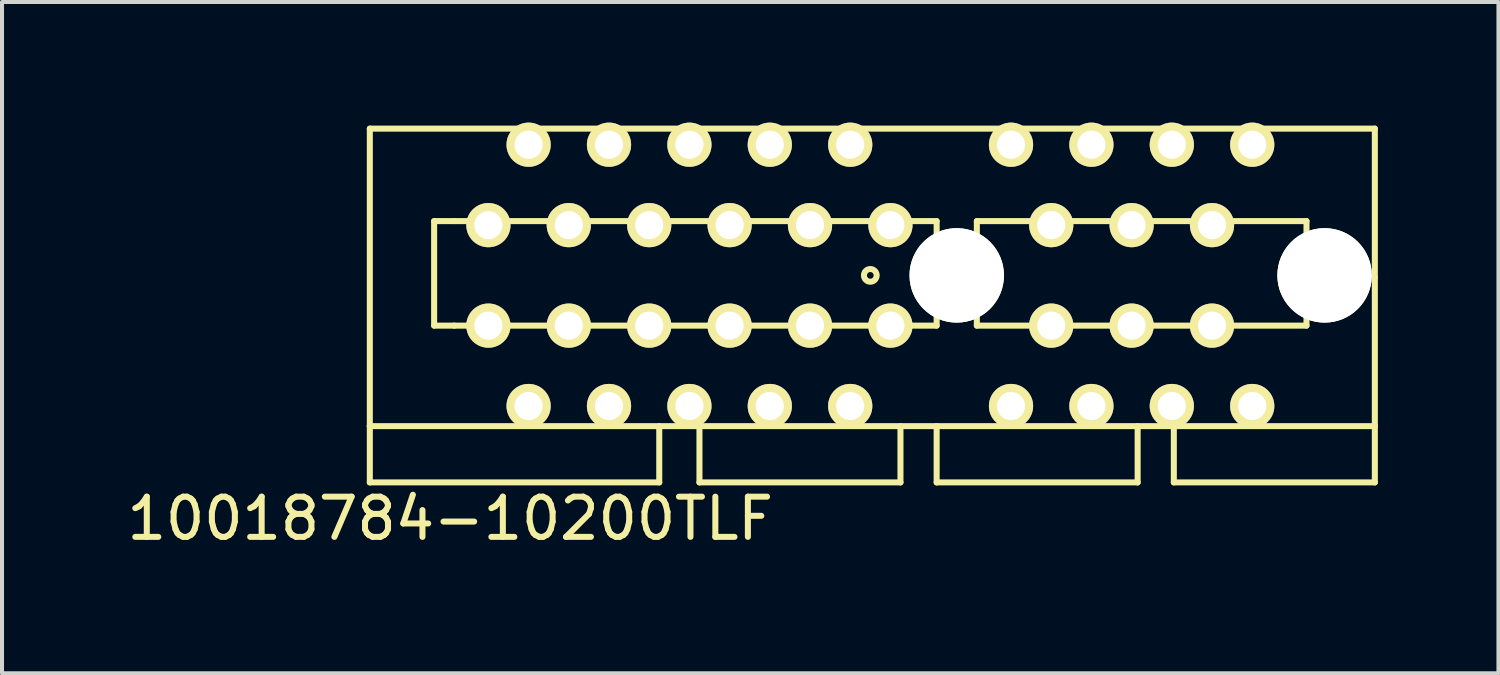
<source format=kicad_pcb>
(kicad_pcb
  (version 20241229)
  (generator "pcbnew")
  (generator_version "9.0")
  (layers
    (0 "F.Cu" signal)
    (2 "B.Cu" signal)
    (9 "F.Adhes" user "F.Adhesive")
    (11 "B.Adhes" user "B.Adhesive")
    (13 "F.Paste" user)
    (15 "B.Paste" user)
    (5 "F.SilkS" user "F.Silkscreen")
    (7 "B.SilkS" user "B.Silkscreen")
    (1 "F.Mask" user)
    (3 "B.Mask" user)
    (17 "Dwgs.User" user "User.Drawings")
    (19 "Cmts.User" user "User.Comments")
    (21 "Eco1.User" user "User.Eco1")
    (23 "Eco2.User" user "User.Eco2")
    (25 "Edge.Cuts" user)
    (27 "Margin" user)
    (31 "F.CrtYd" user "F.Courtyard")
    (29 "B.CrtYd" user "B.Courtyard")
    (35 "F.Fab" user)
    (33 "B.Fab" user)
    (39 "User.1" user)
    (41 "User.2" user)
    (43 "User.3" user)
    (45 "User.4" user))
  (footprint "10018784-10200TLF"
    (layer "F.Cu")
    (at 18.599 3.8)
    (property "Reference" "10018784-10200TLF" (at -10.45 6.05 0) (layer "F.SilkS") (effects (font (size 1 1) (thickness 0.15))))
    (attr through_hole)
    (fp_line (start -12.45 -3.65) (end -12.45 3.75) (stroke (width 0.15) (type solid)) (layer "F.SilkS"))
    (fp_line (start -12.45 3.75) (end 12.55 3.75) (stroke (width 0.15) (type solid)) (layer "F.SilkS"))
    (fp_line (start -12.45 5.15) (end -12.45 3.75) (stroke (width 0.15) (type solid)) (layer "F.SilkS"))
    (fp_line (start -10.85 -1.35) (end -10.85 1.25) (stroke (width 0.15) (type solid)) (layer "F.SilkS"))
    (fp_line (start -10.85 1.25) (end -10.35 1.25) (stroke (width 0.15) (type solid)) (layer "F.SilkS"))
    (fp_line (start -10.35 -1.35) (end -10.85 -1.35) (stroke (width 0.15) (type solid)) (layer "F.SilkS"))
    (fp_line (start -10.35 -1.35) (end 1.65 -1.35) (stroke (width 0.15) (type solid)) (layer "F.SilkS"))
    (fp_line (start -5.25 3.75) (end -5.25 5.15) (stroke (width 0.15) (type solid)) (layer "F.SilkS"))
    (fp_line (start -5.25 5.15) (end -12.45 5.15) (stroke (width 0.15) (type solid)) (layer "F.SilkS"))
    (fp_line (start -4.25 5.15) (end -4.25 3.75) (stroke (width 0.15) (type solid)) (layer "F.SilkS"))
    (fp_line (start 0.75 3.75) (end 0.75 5.15) (stroke (width 0.15) (type solid)) (layer "F.SilkS"))
    (fp_line (start 0.75 5.15) (end -4.25 5.15) (stroke (width 0.15) (type solid)) (layer "F.SilkS"))
    (fp_line (start 1.65 -1.35) (end 1.65 1.25) (stroke (width 0.15) (type solid)) (layer "F.SilkS"))
    (fp_line (start 1.65 1.25) (end -10.35 1.25) (stroke (width 0.15) (type solid)) (layer "F.SilkS"))
    (fp_line (start 1.65 5.15) (end 1.65 3.75) (stroke (width 0.15) (type solid)) (layer "F.SilkS"))
    (fp_line (start 2.65 -1.35) (end 10.85 -1.35) (stroke (width 0.15) (type solid)) (layer "F.SilkS"))
    (fp_line (start 2.65 1.25) (end 2.65 -1.35) (stroke (width 0.15) (type solid)) (layer "F.SilkS"))
    (fp_line (start 6.65 3.75) (end 6.65 5.15) (stroke (width 0.15) (type solid)) (layer "F.SilkS"))
    (fp_line (start 6.65 5.15) (end 1.65 5.15) (stroke (width 0.15) (type solid)) (layer "F.SilkS"))
    (fp_line (start 7.55 5.15) (end 7.55 3.75) (stroke (width 0.15) (type solid)) (layer "F.SilkS"))
    (fp_line (start 10.85 -1.35) (end 10.85 1.25) (stroke (width 0.15) (type solid)) (layer "F.SilkS"))
    (fp_line (start 10.85 1.25) (end 2.65 1.25) (stroke (width 0.15) (type solid)) (layer "F.SilkS"))
    (fp_line (start 12.55 -3.65) (end -12.45 -3.65) (stroke (width 0.15) (type solid)) (layer "F.SilkS"))
    (fp_line (start 12.55 0.05) (end 12.55 -3.65) (stroke (width 0.15) (type solid)) (layer "F.SilkS"))
    (fp_line (start 12.55 3.75) (end 12.55 0.05) (stroke (width 0.15) (type solid)) (layer "F.SilkS"))
    (fp_line (start 12.55 3.75) (end 12.55 5.15) (stroke (width 0.15) (type solid)) (layer "F.SilkS"))
    (fp_line (start 12.55 5.15) (end 7.55 5.15) (stroke (width 0.15) (type solid)) (layer "F.SilkS"))
    (fp_circle (center 0 0) (end 0.15 0.05) (stroke (width 0.15) (type solid)) (fill no) (layer "F.SilkS"))
    (pad "" np_thru_hole circle (at 2.15 0) (size 2.35 2.35) (drill 2.35) (layers "*.Cu" "*.Mask" "F.SilkS"))
    (pad "" np_thru_hole circle (at 11.3 0) (size 2.35 2.35) (drill 2.35) (layers "*.Cu" "*.Mask" "F.SilkS"))
    (pad "A1" thru_hole circle (at -9.5 -1.25) (size 1.1 1.1) (drill 0.7) (layers "*.Cu" "*.Mask" "F.SilkS"))
    (pad "A2" thru_hole circle (at -8.5 -3.25) (size 1.1 1.1) (drill 0.7) (layers "*.Cu" "*.Mask" "F.SilkS"))
    (pad "A3" thru_hole circle (at -7.5 -1.25) (size 1.1 1.1) (drill 0.7) (layers "*.Cu" "*.Mask" "F.SilkS"))
    (pad "A4" thru_hole circle (at -6.5 -3.25) (size 1.1 1.1) (drill 0.7) (layers "*.Cu" "*.Mask" "F.SilkS"))
    (pad "A5" thru_hole circle (at -5.5 -1.25) (size 1.1 1.1) (drill 0.7) (layers "*.Cu" "*.Mask" "F.SilkS"))
    (pad "A6" thru_hole circle (at -4.5 -3.25) (size 1.1 1.1) (drill 0.7) (layers "*.Cu" "*.Mask" "F.SilkS"))
    (pad "A7" thru_hole circle (at -3.5 -1.25) (size 1.1 1.1) (drill 0.7) (layers "*.Cu" "*.Mask" "F.SilkS"))
    (pad "A8" thru_hole circle (at -2.5 -3.25) (size 1.1 1.1) (drill 0.7) (layers "*.Cu" "*.Mask" "F.SilkS"))
    (pad "A9" thru_hole circle (at -1.5 -1.25) (size 1.1 1.1) (drill 0.7) (layers "*.Cu" "*.Mask" "F.SilkS"))
    (pad "A10" thru_hole circle (at -0.5 -3.25) (size 1.1 1.1) (drill 0.7) (layers "*.Cu" "*.Mask" "F.SilkS"))
    (pad "A11" thru_hole circle (at 0.5 -1.25) (size 1.1 1.1) (drill 0.7) (layers "*.Cu" "*.Mask" "F.SilkS"))
    (pad "A12" thru_hole circle (at 3.5 -3.25) (size 1.1 1.1) (drill 0.7) (layers "*.Cu" "*.Mask" "F.SilkS"))
    (pad "A13" thru_hole circle (at 4.5 -1.25) (size 1.1 1.1) (drill 0.7) (layers "*.Cu" "*.Mask" "F.SilkS"))
    (pad "A14" thru_hole circle (at 5.5 -3.25) (size 1.1 1.1) (drill 0.7) (layers "*.Cu" "*.Mask" "F.SilkS"))
    (pad "A15" thru_hole circle (at 6.5 -1.25) (size 1.1 1.1) (drill 0.7) (layers "*.Cu" "*.Mask" "F.SilkS"))
    (pad "A16" thru_hole circle (at 7.5 -3.25) (size 1.1 1.1) (drill 0.7) (layers "*.Cu" "*.Mask" "F.SilkS"))
    (pad "A17" thru_hole circle (at 8.5 -1.25) (size 1.1 1.1) (drill 0.7) (layers "*.Cu" "*.Mask" "F.SilkS"))
    (pad "A18" thru_hole circle (at 9.5 -3.25) (size 1.1 1.1) (drill 0.7) (layers "*.Cu" "*.Mask" "F.SilkS"))
    (pad "B1" thru_hole circle (at -9.5 1.25) (size 1.1 1.1) (drill 0.7) (layers "*.Cu" "*.Mask" "F.SilkS"))
    (pad "B2" thru_hole circle (at -8.5 3.25) (size 1.1 1.1) (drill 0.7) (layers "*.Cu" "*.Mask" "F.SilkS"))
    (pad "B3" thru_hole circle (at -7.5 1.25) (size 1.1 1.1) (drill 0.7) (layers "*.Cu" "*.Mask" "F.SilkS"))
    (pad "B4" thru_hole circle (at -6.5 3.25) (size 1.1 1.1) (drill 0.7) (layers "*.Cu" "*.Mask" "F.SilkS"))
    (pad "B5" thru_hole circle (at -5.5 1.25) (size 1.1 1.1) (drill 0.7) (layers "*.Cu" "*.Mask" "F.SilkS"))
    (pad "B6" thru_hole circle (at -4.5 3.25) (size 1.1 1.1) (drill 0.7) (layers "*.Cu" "*.Mask" "F.SilkS"))
    (pad "B7" thru_hole circle (at -3.5 1.25) (size 1.1 1.1) (drill 0.7) (layers "*.Cu" "*.Mask" "F.SilkS"))
    (pad "B8" thru_hole circle (at -2.5 3.25) (size 1.1 1.1) (drill 0.7) (layers "*.Cu" "*.Mask" "F.SilkS"))
    (pad "B9" thru_hole circle (at -1.5 1.25) (size 1.1 1.1) (drill 0.7) (layers "*.Cu" "*.Mask" "F.SilkS"))
    (pad "B10" thru_hole circle (at -0.5 3.25) (size 1.1 1.1) (drill 0.7) (layers "*.Cu" "*.Mask" "F.SilkS"))
    (pad "B11" thru_hole circle (at 0.5 1.25) (size 1.1 1.1) (drill 0.7) (layers "*.Cu" "*.Mask" "F.SilkS"))
    (pad "B12" thru_hole circle (at 3.5 3.25) (size 1.1 1.1) (drill 0.7) (layers "*.Cu" "*.Mask" "F.SilkS"))
    (pad "B13" thru_hole circle (at 4.5 1.25) (size 1.1 1.1) (drill 0.7) (layers "*.Cu" "*.Mask" "F.SilkS"))
    (pad "B14" thru_hole circle (at 5.5 3.25) (size 1.1 1.1) (drill 0.7) (layers "*.Cu" "*.Mask" "F.SilkS"))
    (pad "B15" thru_hole circle (at 6.5 1.25) (size 1.1 1.1) (drill 0.7) (layers "*.Cu" "*.Mask" "F.SilkS"))
    (pad "B16" thru_hole circle (at 7.5 3.25) (size 1.1 1.1) (drill 0.7) (layers "*.Cu" "*.Mask" "F.SilkS"))
    (pad "B17" thru_hole circle (at 8.5 1.25) (size 1.1 1.1) (drill 0.7) (layers "*.Cu" "*.Mask" "F.SilkS"))
    (pad "B18" thru_hole circle (at 9.5 3.25) (size 1.1 1.1) (drill 0.7) (layers "*.Cu" "*.Mask" "F.SilkS")))
  (gr_rect
    (start -3 -3)
    (end 34.224 13.698)
    (stroke (width 0.1) (type default))
    (fill no)
    (layer "Edge.Cuts")))
</source>
